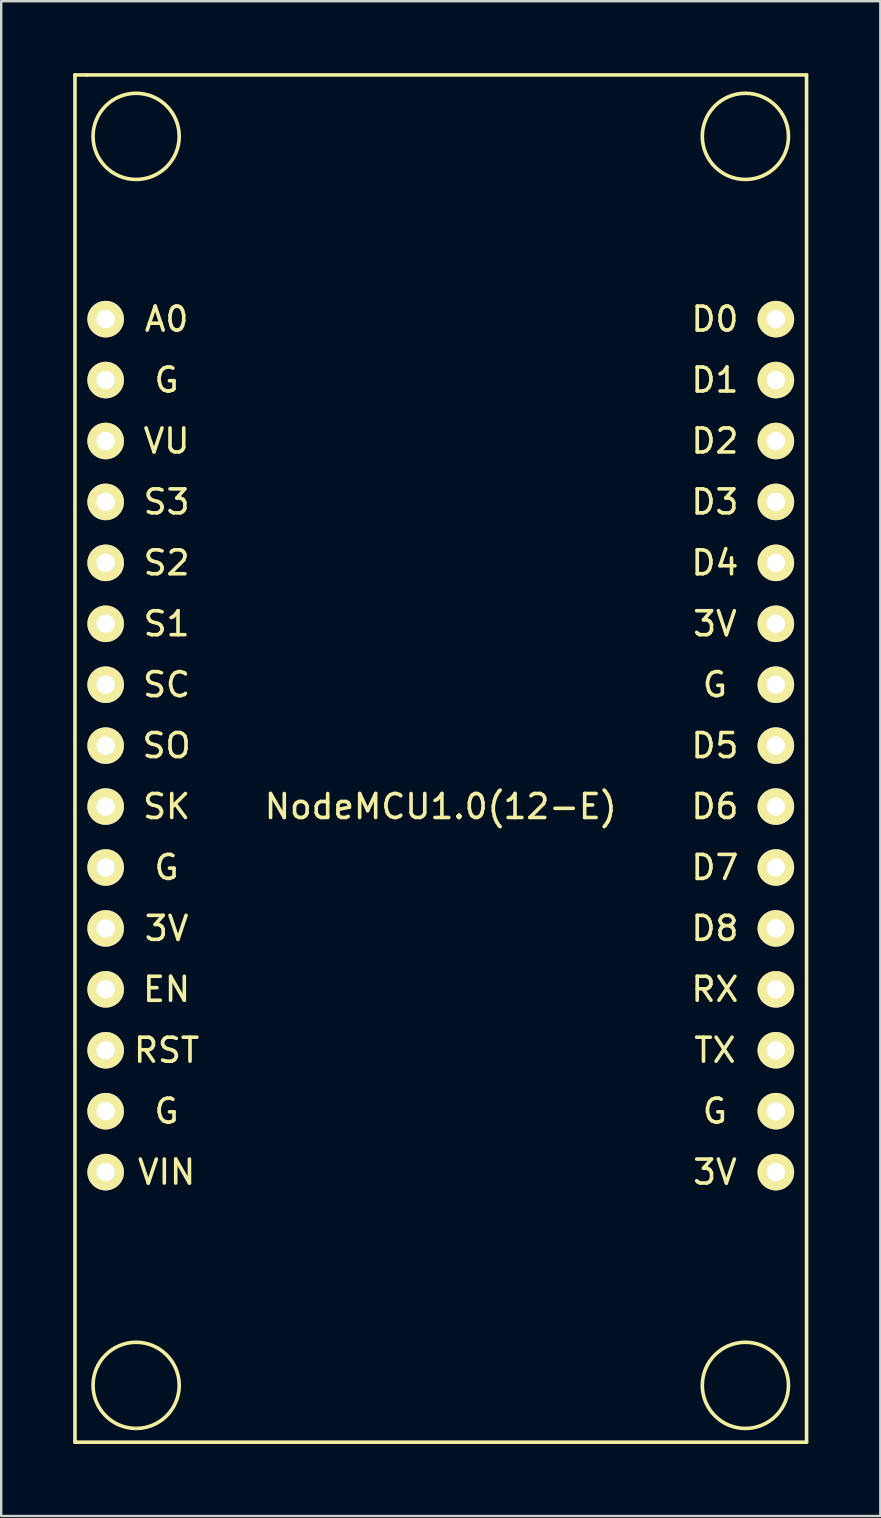
<source format=kicad_pcb>
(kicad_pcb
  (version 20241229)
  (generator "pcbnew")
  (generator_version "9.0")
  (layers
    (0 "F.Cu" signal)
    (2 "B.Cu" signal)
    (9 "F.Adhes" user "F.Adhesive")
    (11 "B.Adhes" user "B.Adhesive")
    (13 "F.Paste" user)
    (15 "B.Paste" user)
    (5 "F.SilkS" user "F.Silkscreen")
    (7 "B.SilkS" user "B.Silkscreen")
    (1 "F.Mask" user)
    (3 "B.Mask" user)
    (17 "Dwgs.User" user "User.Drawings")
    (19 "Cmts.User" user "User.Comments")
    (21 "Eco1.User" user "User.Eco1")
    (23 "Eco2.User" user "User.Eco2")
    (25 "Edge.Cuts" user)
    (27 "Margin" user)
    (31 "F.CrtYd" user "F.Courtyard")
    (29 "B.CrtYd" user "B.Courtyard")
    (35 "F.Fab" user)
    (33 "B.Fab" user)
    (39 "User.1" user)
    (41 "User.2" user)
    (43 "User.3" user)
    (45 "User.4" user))
  (footprint "NodeMCU1.0(12-E)"
    (layer "F.Cu")
    (at 15.325 30.575)
    (property "Reference" "NodeMCU1.0(12-E)" (at 0 0 0) (layer "F.SilkS") (effects (font (size 1 1) (thickness 0.15))))
    (attr through_hole)
    (fp_line (start -15.25 -30.5) (end -15.25 26.5) (stroke (width 0.15) (type solid)) (layer "F.SilkS"))
    (fp_line (start -15.25 26.5) (end 15.25 26.5) (stroke (width 0.15) (type solid)) (layer "F.SilkS"))
    (fp_line (start -14.75 -30.5) (end -15.25 -30.5) (stroke (width 0.15) (type solid)) (layer "F.SilkS"))
    (fp_line (start 15.25 -30.5) (end -14.75 -30.5) (stroke (width 0.15) (type solid)) (layer "F.SilkS"))
    (fp_line (start 15.25 26.5) (end 15.25 -30.5) (stroke (width 0.15) (type solid)) (layer "F.SilkS"))
    (fp_circle (center -12.7 -27.94) (end -11.43 -29.21) (stroke (width 0.15) (type solid)) (fill no) (layer "F.SilkS"))
    (fp_circle (center -12.7 24.13) (end -11.43 22.86) (stroke (width 0.15) (type solid)) (fill no) (layer "F.SilkS"))
    (fp_circle (center 12.7 -27.94) (end 13.97 -29.21) (stroke (width 0.15) (type solid)) (fill no) (layer "F.SilkS"))
    (fp_circle (center 12.7 24.13) (end 13.97 22.86) (stroke (width 0.15) (type solid)) (fill no) (layer "F.SilkS"))
    (fp_text user "SO" (at -11.43 -2.54 0) (layer "F.SilkS") (effects (font (size 1 1) (thickness 0.15))))
    (fp_text user "D6" (at 11.43 0 0) (layer "F.SilkS") (effects (font (size 1 1) (thickness 0.15))))
    (fp_text user "D7" (at 11.43 2.54 0) (layer "F.SilkS") (effects (font (size 1 1) (thickness 0.15))))
    (fp_text user "G" (at -11.43 12.7 0) (layer "F.SilkS") (effects (font (size 1 1) (thickness 0.15))))
    (fp_text user "S2" (at -11.43 -10.16 0) (layer "F.SilkS") (effects (font (size 1 1) (thickness 0.15))))
    (fp_text user "G" (at -11.43 2.54 0) (layer "F.SilkS") (effects (font (size 1 1) (thickness 0.15))))
    (fp_text user "G" (at 11.43 12.7 0) (layer "F.SilkS") (effects (font (size 1 1) (thickness 0.15))))
    (fp_text user "D1" (at 11.43 -17.78 0) (layer "F.SilkS") (effects (font (size 1 1) (thickness 0.15))))
    (fp_text user "3V" (at -11.43 5.08 0) (layer "F.SilkS") (effects (font (size 1 1) (thickness 0.15))))
    (fp_text user "D8" (at 11.43 5.08 0) (layer "F.SilkS") (effects (font (size 1 1) (thickness 0.15))))
    (fp_text user "RST" (at -11.43 10.16 0) (layer "F.SilkS") (effects (font (size 1 1) (thickness 0.15))))
    (fp_text user "EN" (at -11.43 7.62 0) (layer "F.SilkS") (effects (font (size 1 1) (thickness 0.15))))
    (fp_text user "VIN" (at -11.43 15.24 0) (layer "F.SilkS") (effects (font (size 1 1) (thickness 0.15))))
    (fp_text user "S3" (at -11.43 -12.7 0) (layer "F.SilkS") (effects (font (size 1 1) (thickness 0.15))))
    (fp_text user "SK" (at -11.43 0 0) (layer "F.SilkS") (effects (font (size 1 1) (thickness 0.15))))
    (fp_text user "RX" (at 11.43 7.62 0) (layer "F.SilkS") (effects (font (size 1 1) (thickness 0.15))))
    (fp_text user "D0" (at 11.43 -20.32 0) (layer "F.SilkS") (effects (font (size 1 1) (thickness 0.15))))
    (fp_text user "VU" (at -11.43 -15.24 0) (layer "F.SilkS") (effects (font (size 1 1) (thickness 0.15))))
    (fp_text user "A0" (at -11.43 -20.32 0) (layer "F.SilkS") (effects (font (size 1 1) (thickness 0.15))))
    (fp_text user "S1" (at -11.43 -7.62 0) (layer "F.SilkS") (effects (font (size 1 1) (thickness 0.15))))
    (fp_text user "D3" (at 11.43 -12.7 0) (layer "F.SilkS") (effects (font (size 1 1) (thickness 0.15))))
    (fp_text user "G" (at 11.43 -5.08 0) (layer "F.SilkS") (effects (font (size 1 1) (thickness 0.15))))
    (fp_text user "D5" (at 11.43 -2.54 0) (layer "F.SilkS") (effects (font (size 1 1) (thickness 0.15))))
    (fp_text user "TX" (at 11.43 10.16 0) (layer "F.SilkS") (effects (font (size 1 1) (thickness 0.15))))
    (fp_text user "D2" (at 11.43 -15.24 0) (layer "F.SilkS") (effects (font (size 1 1) (thickness 0.15))))
    (fp_text user "D4" (at 11.43 -10.16 0) (layer "F.SilkS") (effects (font (size 1 1) (thickness 0.15))))
    (fp_text user "3V" (at 11.43 15.24 0) (layer "F.SilkS") (effects (font (size 1 1) (thickness 0.15))))
    (fp_text user "SC" (at -11.43 -5.08 0) (layer "F.SilkS") (effects (font (size 1 1) (thickness 0.15))))
    (fp_text user "G" (at -11.43 -17.78 0) (layer "F.SilkS") (effects (font (size 1 1) (thickness 0.15))))
    (fp_text user "3V" (at 11.43 -7.62 0) (layer "F.SilkS") (effects (font (size 1 1) (thickness 0.15))))
    (pad "1" thru_hole circle (at -13.97 -20.32) (size 1.524 1.524) (drill 0.762) (layers "*.Cu" "*.Mask" "F.SilkS"))
    (pad "2" thru_hole circle (at -13.97 -17.78) (size 1.524 1.524) (drill 0.762) (layers "*.Cu" "*.Mask" "F.SilkS"))
    (pad "3" thru_hole circle (at -13.97 -15.24) (size 1.524 1.524) (drill 0.762) (layers "*.Cu" "*.Mask" "F.SilkS"))
    (pad "4" thru_hole circle (at -13.97 -12.7) (size 1.524 1.524) (drill 0.762) (layers "*.Cu" "*.Mask" "F.SilkS"))
    (pad "5" thru_hole circle (at -13.97 -10.16) (size 1.524 1.524) (drill 0.762) (layers "*.Cu" "*.Mask" "F.SilkS"))
    (pad "6" thru_hole circle (at -13.97 -7.62) (size 1.524 1.524) (drill 0.762) (layers "*.Cu" "*.Mask" "F.SilkS"))
    (pad "7" thru_hole circle (at -13.97 -5.08) (size 1.524 1.524) (drill 0.762) (layers "*.Cu" "*.Mask" "F.SilkS"))
    (pad "8" thru_hole circle (at -13.97 -2.54) (size 1.524 1.524) (drill 0.762) (layers "*.Cu" "*.Mask" "F.SilkS"))
    (pad "9" thru_hole circle (at -13.97 0) (size 1.524 1.524) (drill 0.762) (layers "*.Cu" "*.Mask" "F.SilkS"))
    (pad "10" thru_hole circle (at -13.97 2.54) (size 1.524 1.524) (drill 0.762) (layers "*.Cu" "*.Mask" "F.SilkS"))
    (pad "11" thru_hole circle (at -13.97 5.08) (size 1.524 1.524) (drill 0.762) (layers "*.Cu" "*.Mask" "F.SilkS"))
    (pad "12" thru_hole circle (at -13.97 7.62) (size 1.524 1.524) (drill 0.762) (layers "*.Cu" "*.Mask" "F.SilkS"))
    (pad "13" thru_hole circle (at -13.97 10.16) (size 1.524 1.524) (drill 0.762) (layers "*.Cu" "*.Mask" "F.SilkS"))
    (pad "14" thru_hole circle (at -13.97 12.7) (size 1.524 1.524) (drill 0.762) (layers "*.Cu" "*.Mask" "F.SilkS"))
    (pad "15" thru_hole circle (at -13.97 15.24) (size 1.524 1.524) (drill 0.762) (layers "*.Cu" "*.Mask" "F.SilkS"))
    (pad "16" thru_hole circle (at 13.97 15.24) (size 1.524 1.524) (drill 0.762) (layers "*.Cu" "*.Mask" "F.SilkS"))
    (pad "17" thru_hole circle (at 13.97 12.7) (size 1.524 1.524) (drill 0.762) (layers "*.Cu" "*.Mask" "F.SilkS"))
    (pad "18" thru_hole circle (at 13.97 10.16) (size 1.524 1.524) (drill 0.762) (layers "*.Cu" "*.Mask" "F.SilkS"))
    (pad "19" thru_hole circle (at 13.97 7.62) (size 1.524 1.524) (drill 0.762) (layers "*.Cu" "*.Mask" "F.SilkS"))
    (pad "20" thru_hole circle (at 13.97 5.08) (size 1.524 1.524) (drill 0.762) (layers "*.Cu" "*.Mask" "F.SilkS"))
    (pad "21" thru_hole circle (at 13.97 2.54) (size 1.524 1.524) (drill 0.762) (layers "*.Cu" "*.Mask" "F.SilkS"))
    (pad "22" thru_hole circle (at 13.97 0) (size 1.524 1.524) (drill 0.762) (layers "*.Cu" "*.Mask" "F.SilkS"))
    (pad "23" thru_hole circle (at 13.97 -2.54) (size 1.524 1.524) (drill 0.762) (layers "*.Cu" "*.Mask" "F.SilkS"))
    (pad "24" thru_hole circle (at 13.97 -5.08) (size 1.524 1.524) (drill 0.762) (layers "*.Cu" "*.Mask" "F.SilkS"))
    (pad "25" thru_hole circle (at 13.97 -7.62) (size 1.524 1.524) (drill 0.762) (layers "*.Cu" "*.Mask" "F.SilkS"))
    (pad "26" thru_hole circle (at 13.97 -10.16) (size 1.524 1.524) (drill 0.762) (layers "*.Cu" "*.Mask" "F.SilkS"))
    (pad "27" thru_hole circle (at 13.97 -12.7) (size 1.524 1.524) (drill 0.762) (layers "*.Cu" "*.Mask" "F.SilkS"))
    (pad "28" thru_hole circle (at 13.97 -15.24) (size 1.524 1.524) (drill 0.762) (layers "*.Cu" "*.Mask" "F.SilkS"))
    (pad "29" thru_hole circle (at 13.97 -17.78) (size 1.524 1.524) (drill 0.762) (layers "*.Cu" "*.Mask" "F.SilkS"))
    (pad "30" thru_hole circle (at 13.97 -20.32) (size 1.524 1.524) (drill 0.762) (layers "*.Cu" "*.Mask" "F.SilkS")))
  (gr_rect
    (start -3 -3)
    (end 33.65 60.15)
    (stroke (width 0.1) (type default))
    (fill no)
    (layer "Edge.Cuts")))
</source>
